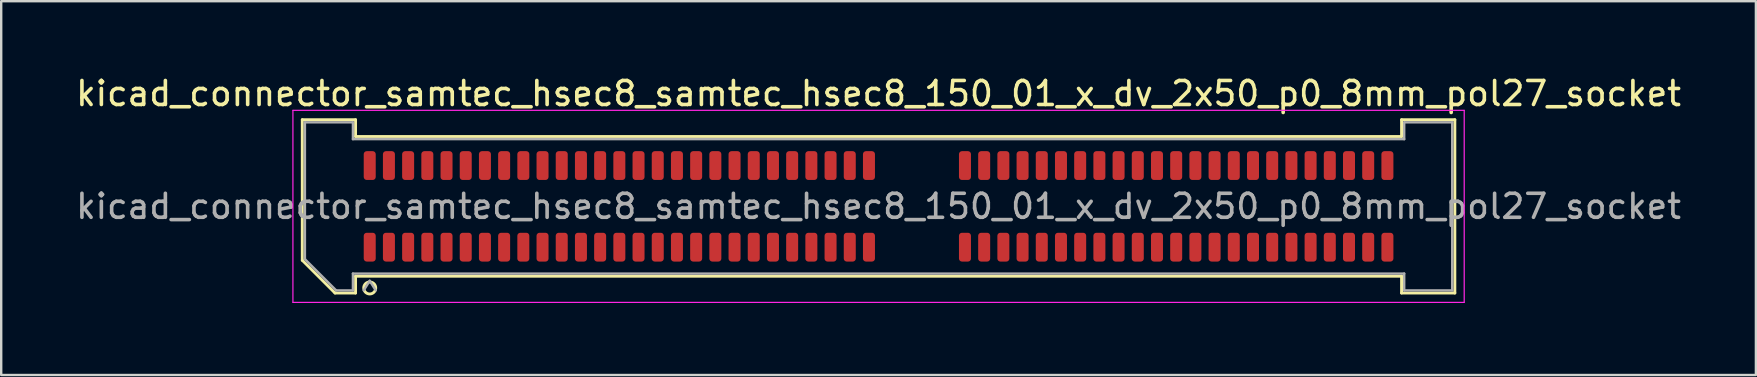
<source format=kicad_pcb>
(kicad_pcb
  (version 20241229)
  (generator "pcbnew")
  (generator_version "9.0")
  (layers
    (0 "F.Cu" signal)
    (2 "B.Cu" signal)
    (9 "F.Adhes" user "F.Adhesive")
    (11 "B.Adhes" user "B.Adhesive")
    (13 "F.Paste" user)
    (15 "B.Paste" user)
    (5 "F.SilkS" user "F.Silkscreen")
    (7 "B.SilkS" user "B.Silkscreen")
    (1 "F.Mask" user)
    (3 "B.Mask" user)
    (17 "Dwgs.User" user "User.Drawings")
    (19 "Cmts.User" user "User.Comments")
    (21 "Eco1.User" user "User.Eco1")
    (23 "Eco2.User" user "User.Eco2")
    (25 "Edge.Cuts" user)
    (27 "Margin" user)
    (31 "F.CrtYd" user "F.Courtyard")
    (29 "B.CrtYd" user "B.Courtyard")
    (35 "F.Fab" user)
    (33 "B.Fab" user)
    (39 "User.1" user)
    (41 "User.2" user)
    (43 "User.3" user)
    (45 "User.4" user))
  (footprint "kicad_connector_samtec_hsec8_samtec_hsec8_150_01_x_dv_2x50_p0_8mm_pol27_socket"
    (layer "F.Cu")
    (at 33.554 5.548)
    (property "Reference" "kicad_connector_samtec_hsec8_samtec_hsec8_150_01_x_dv_2x50_p0_8mm_pol27_socket" (at 0 -4.7 0) (layer "F.SilkS") (effects (font (size 1 1) (thickness 0.15))))
    (attr smd)
    (fp_line (start -24.01 -3.61) (end -21.79 -3.61) (stroke (width 0.12) (type solid)) (layer "F.SilkS"))
    (fp_line (start -24.01 2.246) (end -24.01 -3.61) (stroke (width 0.12) (type solid)) (layer "F.SilkS"))
    (fp_line (start -22.646 3.61) (end -24.01 2.246) (stroke (width 0.12) (type solid)) (layer "F.SilkS"))
    (fp_line (start -21.79 -3.61) (end -21.79 -2.91) (stroke (width 0.12) (type solid)) (layer "F.SilkS"))
    (fp_line (start -21.79 -2.91) (end 21.79 -2.91) (stroke (width 0.12) (type solid)) (layer "F.SilkS"))
    (fp_line (start -21.79 2.91) (end -21.79 3.61) (stroke (width 0.12) (type solid)) (layer "F.SilkS"))
    (fp_line (start -21.79 3.61) (end -22.646 3.61) (stroke (width 0.12) (type solid)) (layer "F.SilkS"))
    (fp_line (start 21.79 -3.61) (end 24.01 -3.61) (stroke (width 0.12) (type solid)) (layer "F.SilkS"))
    (fp_line (start 21.79 -2.91) (end 21.79 -3.61) (stroke (width 0.12) (type solid)) (layer "F.SilkS"))
    (fp_line (start 21.79 2.91) (end -21.79 2.91) (stroke (width 0.12) (type solid)) (layer "F.SilkS"))
    (fp_line (start 21.79 3.61) (end 21.79 2.91) (stroke (width 0.12) (type solid)) (layer "F.SilkS"))
    (fp_line (start 24.01 -3.61) (end 24.01 3.61) (stroke (width 0.12) (type solid)) (layer "F.SilkS"))
    (fp_line (start 24.01 3.61) (end 21.79 3.61) (stroke (width 0.12) (type solid)) (layer "F.SilkS"))
    (fp_arc (start -20.95 3.4) (mid -21.45 3.4) (end -20.95 3.4) (stroke (width 0.12) (type solid)) (layer "F.SilkS"))
    (fp_line (start -24.4 -4) (end -24.4 4) (stroke (width 0.05) (type solid)) (layer "F.CrtYd"))
    (fp_line (start -24.4 4) (end 24.4 4) (stroke (width 0.05) (type solid)) (layer "F.CrtYd"))
    (fp_line (start 24.4 -4) (end -24.4 -4) (stroke (width 0.05) (type solid)) (layer "F.CrtYd"))
    (fp_line (start 24.4 4) (end 24.4 -4) (stroke (width 0.05) (type solid)) (layer "F.CrtYd"))
    (fp_line (start -23.9 -3.5) (end -21.9 -3.5) (stroke (width 0.1) (type solid)) (layer "F.Fab"))
    (fp_line (start -23.9 2.2) (end -23.9 -3.5) (stroke (width 0.1) (type solid)) (layer "F.Fab"))
    (fp_line (start -22.6 3.5) (end -23.9 2.2) (stroke (width 0.1) (type solid)) (layer "F.Fab"))
    (fp_line (start -21.9 -3.5) (end -21.9 -2.8) (stroke (width 0.1) (type solid)) (layer "F.Fab"))
    (fp_line (start -21.9 -2.8) (end 21.9 -2.8) (stroke (width 0.1) (type solid)) (layer "F.Fab"))
    (fp_line (start -21.9 2.8) (end -21.9 3.5) (stroke (width 0.1) (type solid)) (layer "F.Fab"))
    (fp_line (start -21.9 3.5) (end -22.6 3.5) (stroke (width 0.1) (type solid)) (layer "F.Fab"))
    (fp_line (start -21.2 3.1) (end -21.45 3.5) (stroke (width 0.1) (type solid)) (layer "F.Fab"))
    (fp_line (start -21.2 3.1) (end -20.95 3.5) (stroke (width 0.1) (type solid)) (layer "F.Fab"))
    (fp_line (start 21.9 -3.5) (end 23.9 -3.5) (stroke (width 0.1) (type solid)) (layer "F.Fab"))
    (fp_line (start 21.9 -2.8) (end 21.9 -3.5) (stroke (width 0.1) (type solid)) (layer "F.Fab"))
    (fp_line (start 21.9 2.8) (end -21.9 2.8) (stroke (width 0.1) (type solid)) (layer "F.Fab"))
    (fp_line (start 21.9 3.5) (end 21.9 2.8) (stroke (width 0.1) (type solid)) (layer "F.Fab"))
    (fp_line (start 23.9 -3.5) (end 23.9 3.5) (stroke (width 0.1) (type solid)) (layer "F.Fab"))
    (fp_line (start 23.9 3.5) (end 21.9 3.5) (stroke (width 0.1) (type solid)) (layer "F.Fab"))
    (fp_text user "${REFERENCE}" (at 0 0 0) (layer "F.Fab") (effects (font (size 1 1) (thickness 0.15))))
    (pad "1" smd roundrect (at -21.2 1.7) (size 0.5 1.2) (layers "F.Cu" "F.Mask" "F.Paste") (roundrect_rratio 0.25))
    (pad "2" smd roundrect (at -21.2 -1.7) (size 0.5 1.2) (layers "F.Cu" "F.Mask" "F.Paste") (roundrect_rratio 0.25))
    (pad "3" smd roundrect (at -20.4 1.7) (size 0.5 1.2) (layers "F.Cu" "F.Mask" "F.Paste") (roundrect_rratio 0.25))
    (pad "4" smd roundrect (at -20.4 -1.7) (size 0.5 1.2) (layers "F.Cu" "F.Mask" "F.Paste") (roundrect_rratio 0.25))
    (pad "5" smd roundrect (at -19.6 1.7) (size 0.5 1.2) (layers "F.Cu" "F.Mask" "F.Paste") (roundrect_rratio 0.25))
    (pad "6" smd roundrect (at -19.6 -1.7) (size 0.5 1.2) (layers "F.Cu" "F.Mask" "F.Paste") (roundrect_rratio 0.25))
    (pad "7" smd roundrect (at -18.8 1.7) (size 0.5 1.2) (layers "F.Cu" "F.Mask" "F.Paste") (roundrect_rratio 0.25))
    (pad "8" smd roundrect (at -18.8 -1.7) (size 0.5 1.2) (layers "F.Cu" "F.Mask" "F.Paste") (roundrect_rratio 0.25))
    (pad "9" smd roundrect (at -18 1.7) (size 0.5 1.2) (layers "F.Cu" "F.Mask" "F.Paste") (roundrect_rratio 0.25))
    (pad "10" smd roundrect (at -18 -1.7) (size 0.5 1.2) (layers "F.Cu" "F.Mask" "F.Paste") (roundrect_rratio 0.25))
    (pad "11" smd roundrect (at -17.2 1.7) (size 0.5 1.2) (layers "F.Cu" "F.Mask" "F.Paste") (roundrect_rratio 0.25))
    (pad "12" smd roundrect (at -17.2 -1.7) (size 0.5 1.2) (layers "F.Cu" "F.Mask" "F.Paste") (roundrect_rratio 0.25))
    (pad "13" smd roundrect (at -16.4 1.7) (size 0.5 1.2) (layers "F.Cu" "F.Mask" "F.Paste") (roundrect_rratio 0.25))
    (pad "14" smd roundrect (at -16.4 -1.7) (size 0.5 1.2) (layers "F.Cu" "F.Mask" "F.Paste") (roundrect_rratio 0.25))
    (pad "15" smd roundrect (at -15.6 1.7) (size 0.5 1.2) (layers "F.Cu" "F.Mask" "F.Paste") (roundrect_rratio 0.25))
    (pad "16" smd roundrect (at -15.6 -1.7) (size 0.5 1.2) (layers "F.Cu" "F.Mask" "F.Paste") (roundrect_rratio 0.25))
    (pad "17" smd roundrect (at -14.8 1.7) (size 0.5 1.2) (layers "F.Cu" "F.Mask" "F.Paste") (roundrect_rratio 0.25))
    (pad "18" smd roundrect (at -14.8 -1.7) (size 0.5 1.2) (layers "F.Cu" "F.Mask" "F.Paste") (roundrect_rratio 0.25))
    (pad "19" smd roundrect (at -14 1.7) (size 0.5 1.2) (layers "F.Cu" "F.Mask" "F.Paste") (roundrect_rratio 0.25))
    (pad "20" smd roundrect (at -14 -1.7) (size 0.5 1.2) (layers "F.Cu" "F.Mask" "F.Paste") (roundrect_rratio 0.25))
    (pad "21" smd roundrect (at -13.2 1.7) (size 0.5 1.2) (layers "F.Cu" "F.Mask" "F.Paste") (roundrect_rratio 0.25))
    (pad "22" smd roundrect (at -13.2 -1.7) (size 0.5 1.2) (layers "F.Cu" "F.Mask" "F.Paste") (roundrect_rratio 0.25))
    (pad "23" smd roundrect (at -12.4 1.7) (size 0.5 1.2) (layers "F.Cu" "F.Mask" "F.Paste") (roundrect_rratio 0.25))
    (pad "24" smd roundrect (at -12.4 -1.7) (size 0.5 1.2) (layers "F.Cu" "F.Mask" "F.Paste") (roundrect_rratio 0.25))
    (pad "25" smd roundrect (at -11.6 1.7) (size 0.5 1.2) (layers "F.Cu" "F.Mask" "F.Paste") (roundrect_rratio 0.25))
    (pad "26" smd roundrect (at -11.6 -1.7) (size 0.5 1.2) (layers "F.Cu" "F.Mask" "F.Paste") (roundrect_rratio 0.25))
    (pad "27" smd roundrect (at -10.8 1.7) (size 0.5 1.2) (layers "F.Cu" "F.Mask" "F.Paste") (roundrect_rratio 0.25))
    (pad "28" smd roundrect (at -10.8 -1.7) (size 0.5 1.2) (layers "F.Cu" "F.Mask" "F.Paste") (roundrect_rratio 0.25))
    (pad "29" smd roundrect (at -10 1.7) (size 0.5 1.2) (layers "F.Cu" "F.Mask" "F.Paste") (roundrect_rratio 0.25))
    (pad "30" smd roundrect (at -10 -1.7) (size 0.5 1.2) (layers "F.Cu" "F.Mask" "F.Paste") (roundrect_rratio 0.25))
    (pad "31" smd roundrect (at -9.2 1.7) (size 0.5 1.2) (layers "F.Cu" "F.Mask" "F.Paste") (roundrect_rratio 0.25))
    (pad "32" smd roundrect (at -9.2 -1.7) (size 0.5 1.2) (layers "F.Cu" "F.Mask" "F.Paste") (roundrect_rratio 0.25))
    (pad "33" smd roundrect (at -8.4 1.7) (size 0.5 1.2) (layers "F.Cu" "F.Mask" "F.Paste") (roundrect_rratio 0.25))
    (pad "34" smd roundrect (at -8.4 -1.7) (size 0.5 1.2) (layers "F.Cu" "F.Mask" "F.Paste") (roundrect_rratio 0.25))
    (pad "35" smd roundrect (at -7.6 1.7) (size 0.5 1.2) (layers "F.Cu" "F.Mask" "F.Paste") (roundrect_rratio 0.25))
    (pad "36" smd roundrect (at -7.6 -1.7) (size 0.5 1.2) (layers "F.Cu" "F.Mask" "F.Paste") (roundrect_rratio 0.25))
    (pad "37" smd roundrect (at -6.8 1.7) (size 0.5 1.2) (layers "F.Cu" "F.Mask" "F.Paste") (roundrect_rratio 0.25))
    (pad "38" smd roundrect (at -6.8 -1.7) (size 0.5 1.2) (layers "F.Cu" "F.Mask" "F.Paste") (roundrect_rratio 0.25))
    (pad "39" smd roundrect (at -6 1.7) (size 0.5 1.2) (layers "F.Cu" "F.Mask" "F.Paste") (roundrect_rratio 0.25))
    (pad "40" smd roundrect (at -6 -1.7) (size 0.5 1.2) (layers "F.Cu" "F.Mask" "F.Paste") (roundrect_rratio 0.25))
    (pad "41" smd roundrect (at -5.2 1.7) (size 0.5 1.2) (layers "F.Cu" "F.Mask" "F.Paste") (roundrect_rratio 0.25))
    (pad "42" smd roundrect (at -5.2 -1.7) (size 0.5 1.2) (layers "F.Cu" "F.Mask" "F.Paste") (roundrect_rratio 0.25))
    (pad "43" smd roundrect (at -4.4 1.7) (size 0.5 1.2) (layers "F.Cu" "F.Mask" "F.Paste") (roundrect_rratio 0.25))
    (pad "44" smd roundrect (at -4.4 -1.7) (size 0.5 1.2) (layers "F.Cu" "F.Mask" "F.Paste") (roundrect_rratio 0.25))
    (pad "45" smd roundrect (at -3.6 1.7) (size 0.5 1.2) (layers "F.Cu" "F.Mask" "F.Paste") (roundrect_rratio 0.25))
    (pad "46" smd roundrect (at -3.6 -1.7) (size 0.5 1.2) (layers "F.Cu" "F.Mask" "F.Paste") (roundrect_rratio 0.25))
    (pad "47" smd roundrect (at -2.8 1.7) (size 0.5 1.2) (layers "F.Cu" "F.Mask" "F.Paste") (roundrect_rratio 0.25))
    (pad "48" smd roundrect (at -2.8 -1.7) (size 0.5 1.2) (layers "F.Cu" "F.Mask" "F.Paste") (roundrect_rratio 0.25))
    (pad "49" smd roundrect (at -2 1.7) (size 0.5 1.2) (layers "F.Cu" "F.Mask" "F.Paste") (roundrect_rratio 0.25))
    (pad "50" smd roundrect (at -2 -1.7) (size 0.5 1.2) (layers "F.Cu" "F.Mask" "F.Paste") (roundrect_rratio 0.25))
    (pad "51" smd roundrect (at -1.2 1.7) (size 0.5 1.2) (layers "F.Cu" "F.Mask" "F.Paste") (roundrect_rratio 0.25))
    (pad "52" smd roundrect (at -1.2 -1.7) (size 0.5 1.2) (layers "F.Cu" "F.Mask" "F.Paste") (roundrect_rratio 0.25))
    (pad "53" smd roundrect (at -0.4 1.7) (size 0.5 1.2) (layers "F.Cu" "F.Mask" "F.Paste") (roundrect_rratio 0.25))
    (pad "54" smd roundrect (at -0.4 -1.7) (size 0.5 1.2) (layers "F.Cu" "F.Mask" "F.Paste") (roundrect_rratio 0.25))
    (pad "55" smd roundrect (at 3.6 1.7) (size 0.5 1.2) (layers "F.Cu" "F.Mask" "F.Paste") (roundrect_rratio 0.25))
    (pad "56" smd roundrect (at 3.6 -1.7) (size 0.5 1.2) (layers "F.Cu" "F.Mask" "F.Paste") (roundrect_rratio 0.25))
    (pad "57" smd roundrect (at 4.4 1.7) (size 0.5 1.2) (layers "F.Cu" "F.Mask" "F.Paste") (roundrect_rratio 0.25))
    (pad "58" smd roundrect (at 4.4 -1.7) (size 0.5 1.2) (layers "F.Cu" "F.Mask" "F.Paste") (roundrect_rratio 0.25))
    (pad "59" smd roundrect (at 5.2 1.7) (size 0.5 1.2) (layers "F.Cu" "F.Mask" "F.Paste") (roundrect_rratio 0.25))
    (pad "60" smd roundrect (at 5.2 -1.7) (size 0.5 1.2) (layers "F.Cu" "F.Mask" "F.Paste") (roundrect_rratio 0.25))
    (pad "61" smd roundrect (at 6 1.7) (size 0.5 1.2) (layers "F.Cu" "F.Mask" "F.Paste") (roundrect_rratio 0.25))
    (pad "62" smd roundrect (at 6 -1.7) (size 0.5 1.2) (layers "F.Cu" "F.Mask" "F.Paste") (roundrect_rratio 0.25))
    (pad "63" smd roundrect (at 6.8 1.7) (size 0.5 1.2) (layers "F.Cu" "F.Mask" "F.Paste") (roundrect_rratio 0.25))
    (pad "64" smd roundrect (at 6.8 -1.7) (size 0.5 1.2) (layers "F.Cu" "F.Mask" "F.Paste") (roundrect_rratio 0.25))
    (pad "65" smd roundrect (at 7.6 1.7) (size 0.5 1.2) (layers "F.Cu" "F.Mask" "F.Paste") (roundrect_rratio 0.25))
    (pad "66" smd roundrect (at 7.6 -1.7) (size 0.5 1.2) (layers "F.Cu" "F.Mask" "F.Paste") (roundrect_rratio 0.25))
    (pad "67" smd roundrect (at 8.4 1.7) (size 0.5 1.2) (layers "F.Cu" "F.Mask" "F.Paste") (roundrect_rratio 0.25))
    (pad "68" smd roundrect (at 8.4 -1.7) (size 0.5 1.2) (layers "F.Cu" "F.Mask" "F.Paste") (roundrect_rratio 0.25))
    (pad "69" smd roundrect (at 9.2 1.7) (size 0.5 1.2) (layers "F.Cu" "F.Mask" "F.Paste") (roundrect_rratio 0.25))
    (pad "70" smd roundrect (at 9.2 -1.7) (size 0.5 1.2) (layers "F.Cu" "F.Mask" "F.Paste") (roundrect_rratio 0.25))
    (pad "71" smd roundrect (at 10 1.7) (size 0.5 1.2) (layers "F.Cu" "F.Mask" "F.Paste") (roundrect_rratio 0.25))
    (pad "72" smd roundrect (at 10 -1.7) (size 0.5 1.2) (layers "F.Cu" "F.Mask" "F.Paste") (roundrect_rratio 0.25))
    (pad "73" smd roundrect (at 10.8 1.7) (size 0.5 1.2) (layers "F.Cu" "F.Mask" "F.Paste") (roundrect_rratio 0.25))
    (pad "74" smd roundrect (at 10.8 -1.7) (size 0.5 1.2) (layers "F.Cu" "F.Mask" "F.Paste") (roundrect_rratio 0.25))
    (pad "75" smd roundrect (at 11.6 1.7) (size 0.5 1.2) (layers "F.Cu" "F.Mask" "F.Paste") (roundrect_rratio 0.25))
    (pad "76" smd roundrect (at 11.6 -1.7) (size 0.5 1.2) (layers "F.Cu" "F.Mask" "F.Paste") (roundrect_rratio 0.25))
    (pad "77" smd roundrect (at 12.4 1.7) (size 0.5 1.2) (layers "F.Cu" "F.Mask" "F.Paste") (roundrect_rratio 0.25))
    (pad "78" smd roundrect (at 12.4 -1.7) (size 0.5 1.2) (layers "F.Cu" "F.Mask" "F.Paste") (roundrect_rratio 0.25))
    (pad "79" smd roundrect (at 13.2 1.7) (size 0.5 1.2) (layers "F.Cu" "F.Mask" "F.Paste") (roundrect_rratio 0.25))
    (pad "80" smd roundrect (at 13.2 -1.7) (size 0.5 1.2) (layers "F.Cu" "F.Mask" "F.Paste") (roundrect_rratio 0.25))
    (pad "81" smd roundrect (at 14 1.7) (size 0.5 1.2) (layers "F.Cu" "F.Mask" "F.Paste") (roundrect_rratio 0.25))
    (pad "82" smd roundrect (at 14 -1.7) (size 0.5 1.2) (layers "F.Cu" "F.Mask" "F.Paste") (roundrect_rratio 0.25))
    (pad "83" smd roundrect (at 14.8 1.7) (size 0.5 1.2) (layers "F.Cu" "F.Mask" "F.Paste") (roundrect_rratio 0.25))
    (pad "84" smd roundrect (at 14.8 -1.7) (size 0.5 1.2) (layers "F.Cu" "F.Mask" "F.Paste") (roundrect_rratio 0.25))
    (pad "85" smd roundrect (at 15.6 1.7) (size 0.5 1.2) (layers "F.Cu" "F.Mask" "F.Paste") (roundrect_rratio 0.25))
    (pad "86" smd roundrect (at 15.6 -1.7) (size 0.5 1.2) (layers "F.Cu" "F.Mask" "F.Paste") (roundrect_rratio 0.25))
    (pad "87" smd roundrect (at 16.4 1.7) (size 0.5 1.2) (layers "F.Cu" "F.Mask" "F.Paste") (roundrect_rratio 0.25))
    (pad "88" smd roundrect (at 16.4 -1.7) (size 0.5 1.2) (layers "F.Cu" "F.Mask" "F.Paste") (roundrect_rratio 0.25))
    (pad "89" smd roundrect (at 17.2 1.7) (size 0.5 1.2) (layers "F.Cu" "F.Mask" "F.Paste") (roundrect_rratio 0.25))
    (pad "90" smd roundrect (at 17.2 -1.7) (size 0.5 1.2) (layers "F.Cu" "F.Mask" "F.Paste") (roundrect_rratio 0.25))
    (pad "91" smd roundrect (at 18 1.7) (size 0.5 1.2) (layers "F.Cu" "F.Mask" "F.Paste") (roundrect_rratio 0.25))
    (pad "92" smd roundrect (at 18 -1.7) (size 0.5 1.2) (layers "F.Cu" "F.Mask" "F.Paste") (roundrect_rratio 0.25))
    (pad "93" smd roundrect (at 18.8 1.7) (size 0.5 1.2) (layers "F.Cu" "F.Mask" "F.Paste") (roundrect_rratio 0.25))
    (pad "94" smd roundrect (at 18.8 -1.7) (size 0.5 1.2) (layers "F.Cu" "F.Mask" "F.Paste") (roundrect_rratio 0.25))
    (pad "95" smd roundrect (at 19.6 1.7) (size 0.5 1.2) (layers "F.Cu" "F.Mask" "F.Paste") (roundrect_rratio 0.25))
    (pad "96" smd roundrect (at 19.6 -1.7) (size 0.5 1.2) (layers "F.Cu" "F.Mask" "F.Paste") (roundrect_rratio 0.25))
    (pad "97" smd roundrect (at 20.4 1.7) (size 0.5 1.2) (layers "F.Cu" "F.Mask" "F.Paste") (roundrect_rratio 0.25))
    (pad "98" smd roundrect (at 20.4 -1.7) (size 0.5 1.2) (layers "F.Cu" "F.Mask" "F.Paste") (roundrect_rratio 0.25))
    (pad "99" smd roundrect (at 21.2 1.7) (size 0.5 1.2) (layers "F.Cu" "F.Mask" "F.Paste") (roundrect_rratio 0.25))
    (pad "100" smd roundrect (at 21.2 -1.7) (size 0.5 1.2) (layers "F.Cu" "F.Mask" "F.Paste") (roundrect_rratio 0.25)))
  (gr_rect
    (start -3 -3)
    (end 70.107 12.573)
    (stroke (width 0.1) (type default))
    (fill no)
    (layer "Edge.Cuts")))
</source>
